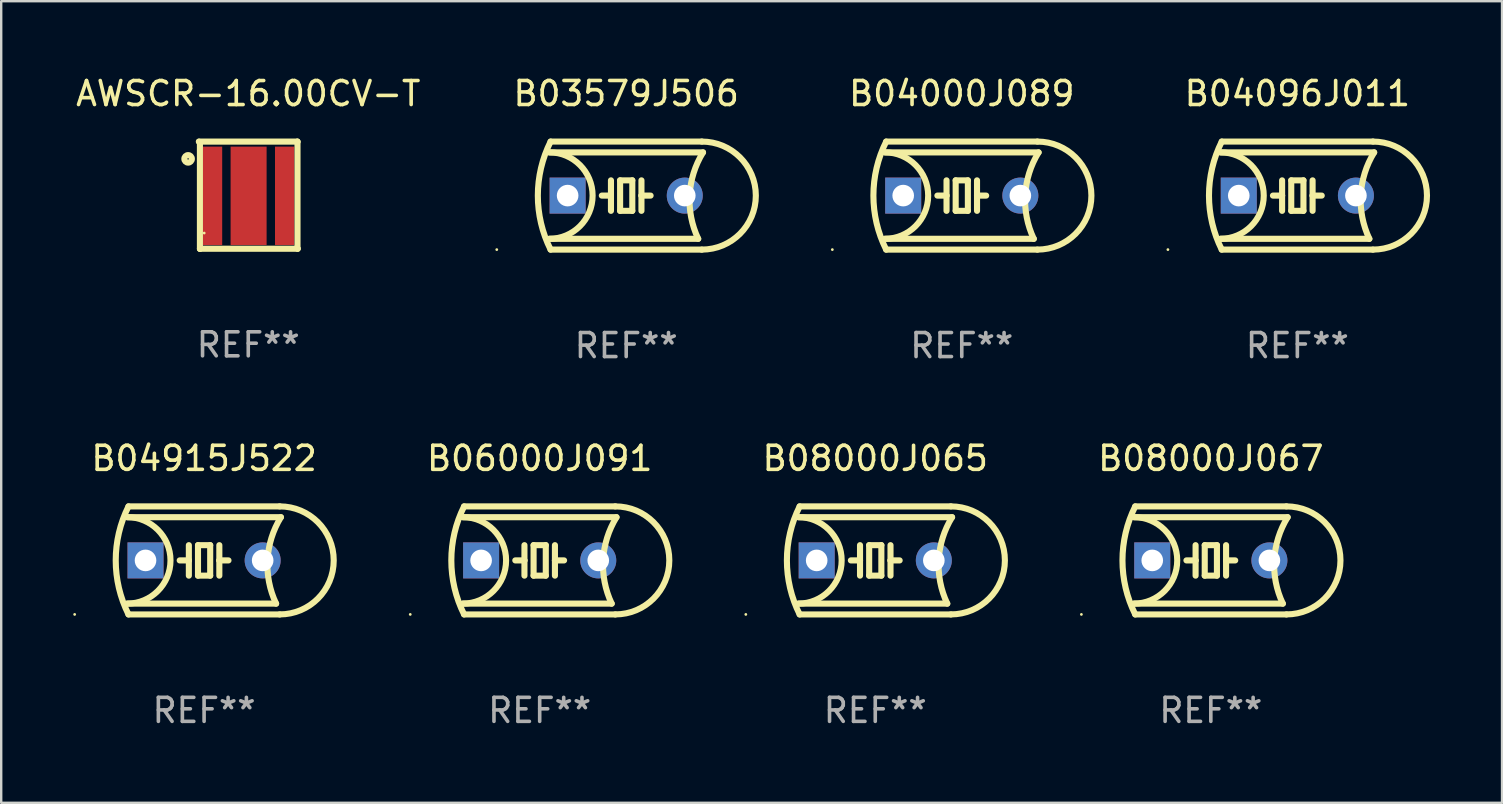
<source format=kicad_pcb>
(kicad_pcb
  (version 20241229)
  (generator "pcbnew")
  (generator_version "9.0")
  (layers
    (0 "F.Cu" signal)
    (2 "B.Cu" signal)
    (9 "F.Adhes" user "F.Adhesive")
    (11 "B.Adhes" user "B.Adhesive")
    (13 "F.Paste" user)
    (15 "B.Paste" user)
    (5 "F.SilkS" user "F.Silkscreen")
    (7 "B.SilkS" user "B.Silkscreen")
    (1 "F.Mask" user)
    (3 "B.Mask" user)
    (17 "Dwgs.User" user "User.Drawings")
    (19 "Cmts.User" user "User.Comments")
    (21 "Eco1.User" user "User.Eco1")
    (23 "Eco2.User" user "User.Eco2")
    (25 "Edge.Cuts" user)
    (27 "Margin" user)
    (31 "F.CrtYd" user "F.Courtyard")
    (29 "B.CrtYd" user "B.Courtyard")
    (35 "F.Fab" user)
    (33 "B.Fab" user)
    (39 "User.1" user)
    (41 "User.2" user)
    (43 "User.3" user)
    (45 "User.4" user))
  (footprint "B03579J506"
    (layer "F.Cu")
    (at 23.036 5.098)
    (property "Reference" "B03579J506" (at 0 -4.25 0) (layer "F.SilkS") (effects (font (size 1 1) (thickness 0.15))))
    (attr through_hole)
    (fp_line (start -3.2 -1.8) (end 3.2 -1.8) (stroke (width 0.254) (type solid)) (layer "F.SilkS"))
    (fp_line (start -3.15 2.25) (end 3.15 2.25) (stroke (width 0.254) (type solid)) (layer "F.SilkS"))
    (fp_line (start -0.635 -0.635) (end -0.635 0) (stroke (width 0.254) (type solid)) (layer "F.SilkS"))
    (fp_line (start -0.635 0) (end -1.016 0) (stroke (width 0.254) (type solid)) (layer "F.SilkS"))
    (fp_line (start -0.635 0) (end -0.635 0.635) (stroke (width 0.254) (type solid)) (layer "F.SilkS"))
    (fp_line (start -0.254 -0.635) (end -0.254 0.635) (stroke (width 0.254) (type solid)) (layer "F.SilkS"))
    (fp_line (start -0.254 0.635) (end 0.254 0.635) (stroke (width 0.254) (type solid)) (layer "F.SilkS"))
    (fp_line (start 0.254 -0.635) (end -0.254 -0.635) (stroke (width 0.254) (type solid)) (layer "F.SilkS"))
    (fp_line (start 0.254 0.635) (end 0.254 -0.635) (stroke (width 0.254) (type solid)) (layer "F.SilkS"))
    (fp_line (start 0.635 -0.635) (end 0.635 0) (stroke (width 0.254) (type solid)) (layer "F.SilkS"))
    (fp_line (start 0.635 0) (end 0.635 0.635) (stroke (width 0.254) (type solid)) (layer "F.SilkS"))
    (fp_line (start 0.635 0) (end 1.016 0) (stroke (width 0.254) (type solid)) (layer "F.SilkS"))
    (fp_line (start 3 1.8) (end -3.2 1.8) (stroke (width 0.254) (type solid)) (layer "F.SilkS"))
    (fp_line (start 3.15 -2.25) (end -3.15 -2.25) (stroke (width 0.254) (type solid)) (layer "F.SilkS"))
    (fp_arc (start -3.200406 -1.800864) (mid -1.399974 -0.000635) (end -3.2 1.8) (stroke (width 0.254001) (type solid)) (layer "F.SilkS"))
    (fp_arc (start -3.149606 2.250444) (mid -3.680941 0.000261) (end -3.149987 -2.250013) (stroke (width 0.254001) (type solid)) (layer "F.SilkS"))
    (fp_arc (start 2.999746 1.800863) (mid 2.642982 -0.024977) (end 3.2 -1.8) (stroke (width 0.254001) (type solid)) (layer "F.SilkS"))
    (fp_arc (start 3.149607 -2.250445) (mid 5.399848 -0.000406) (end 3.149987 2.250013) (stroke (width 0.254001) (type solid)) (layer "F.SilkS"))
    (fp_circle (center -5.392 2.25) (end -5.362 2.25) (stroke (width 0.06) (type solid)) (fill no) (layer "F.SilkS"))
    (fp_text user "REF**" (at 0 6.25 0) (layer "F.Fab") (effects (font (size 1 1) (thickness 0.15))))
    (pad "1" thru_hole rect (at -2.44 0) (size 1.5 1.5) (drill 0.9) (layers "*.Cu" "*.Mask"))
    (pad "2" thru_hole circle (at 2.44 0) (size 1.5 1.5) (drill 0.9) (layers "*.Cu" "*.Mask")))
  (footprint "B08000J065"
    (layer "F.Cu")
    (at 33.411 20.295)
    (property "Reference" "B08000J065" (at 0 -4.25 0) (layer "F.SilkS") (effects (font (size 1 1) (thickness 0.15))))
    (attr through_hole)
    (fp_line (start -3.2 -1.8) (end 3.2 -1.8) (stroke (width 0.254) (type solid)) (layer "F.SilkS"))
    (fp_line (start -3.15 2.25) (end 3.15 2.25) (stroke (width 0.254) (type solid)) (layer "F.SilkS"))
    (fp_line (start -0.635 -0.635) (end -0.635 0) (stroke (width 0.254) (type solid)) (layer "F.SilkS"))
    (fp_line (start -0.635 0) (end -1.016 0) (stroke (width 0.254) (type solid)) (layer "F.SilkS"))
    (fp_line (start -0.635 0) (end -0.635 0.635) (stroke (width 0.254) (type solid)) (layer "F.SilkS"))
    (fp_line (start -0.254 -0.635) (end -0.254 0.635) (stroke (width 0.254) (type solid)) (layer "F.SilkS"))
    (fp_line (start -0.254 0.635) (end 0.254 0.635) (stroke (width 0.254) (type solid)) (layer "F.SilkS"))
    (fp_line (start 0.254 -0.635) (end -0.254 -0.635) (stroke (width 0.254) (type solid)) (layer "F.SilkS"))
    (fp_line (start 0.254 0.635) (end 0.254 -0.635) (stroke (width 0.254) (type solid)) (layer "F.SilkS"))
    (fp_line (start 0.635 -0.635) (end 0.635 0) (stroke (width 0.254) (type solid)) (layer "F.SilkS"))
    (fp_line (start 0.635 0) (end 0.635 0.635) (stroke (width 0.254) (type solid)) (layer "F.SilkS"))
    (fp_line (start 0.635 0) (end 1.016 0) (stroke (width 0.254) (type solid)) (layer "F.SilkS"))
    (fp_line (start 3 1.8) (end -3.2 1.8) (stroke (width 0.254) (type solid)) (layer "F.SilkS"))
    (fp_line (start 3.15 -2.25) (end -3.15 -2.25) (stroke (width 0.254) (type solid)) (layer "F.SilkS"))
    (fp_arc (start -3.200406 -1.800864) (mid -1.399974 -0.000635) (end -3.2 1.8) (stroke (width 0.254001) (type solid)) (layer "F.SilkS"))
    (fp_arc (start -3.149606 2.250444) (mid -3.680941 0.000261) (end -3.149987 -2.250013) (stroke (width 0.254001) (type solid)) (layer "F.SilkS"))
    (fp_arc (start 2.999746 1.800863) (mid 2.642982 -0.024977) (end 3.2 -1.8) (stroke (width 0.254001) (type solid)) (layer "F.SilkS"))
    (fp_arc (start 3.149607 -2.250445) (mid 5.399848 -0.000406) (end 3.149987 2.250013) (stroke (width 0.254001) (type solid)) (layer "F.SilkS"))
    (fp_circle (center -5.392 2.25) (end -5.362 2.25) (stroke (width 0.06) (type solid)) (fill no) (layer "F.SilkS"))
    (fp_text user "REF**" (at 0 6.25 0) (layer "F.Fab") (effects (font (size 1 1) (thickness 0.15))))
    (pad "1" thru_hole rect (at -2.44 0) (size 1.5 1.5) (drill 0.9) (layers "*.Cu" "*.Mask"))
    (pad "2" thru_hole circle (at 2.44 0) (size 1.5 1.5) (drill 0.9) (layers "*.Cu" "*.Mask")))
  (footprint "AWSCR-16.00CV-T"
    (layer "F.Cu")
    (at 7.292 5.083)
    (property "Reference" "AWSCR-16.00CV-T" (at 0 -4.234 0) (layer "F.SilkS") (effects (font (size 1 1) (thickness 0.15))))
    (attr through_hole)
    (fp_line (start -2.046 -2.234) (end 2.046 -2.234) (stroke (width 0.254) (type solid)) (layer "F.SilkS"))
    (fp_line (start -2.014 -2.19) (end -2.059 -2.234) (stroke (width 0.254) (type solid)) (layer "F.SilkS"))
    (fp_line (start -2.014 2.234) (end -2.014 -2.19) (stroke (width 0.254) (type solid)) (layer "F.SilkS"))
    (fp_line (start -2.008 2.229) (end -2.014 2.234) (stroke (width 0.254) (type solid)) (layer "F.SilkS"))
    (fp_line (start 2.046 -2.234) (end 2.051 -2.229) (stroke (width 0.254) (type solid)) (layer "F.SilkS"))
    (fp_line (start 2.051 -2.229) (end 2.051 2.221) (stroke (width 0.254) (type solid)) (layer "F.SilkS"))
    (fp_line (start 2.051 2.221) (end 2.059 2.229) (stroke (width 0.254) (type solid)) (layer "F.SilkS"))
    (fp_line (start 2.059 2.229) (end -2.008 2.229) (stroke (width 0.254) (type solid)) (layer "F.SilkS"))
    (fp_circle (center -2.506 -1.515) (end -2.35 -1.515) (stroke (width 0.254) (type solid)) (fill no) (layer "F.SilkS"))
    (fp_circle (center -1.836 1.575) (end -1.806 1.575) (stroke (width 0.06) (type solid)) (fill no) (layer "F.SilkS"))
    (fp_text user "REF**" (at 0 6.234 0) (layer "F.Fab") (effects (font (size 1 1) (thickness 0.15))))
    (pad "1" smd rect (at -1.486 0.025 180) (size 0.8 4.1) (layers "F.Cu" "F.Mask" "F.Paste"))
    (pad "2" smd rect (at 0.014 0.025 180) (size 1.5 4.1) (layers "F.Cu" "F.Mask" "F.Paste"))
    (pad "3" smd rect (at 1.514 0.025 180) (size 0.8 4.1) (layers "F.Cu" "F.Mask" "F.Paste")))
  (footprint "B04096J011"
    (layer "F.Cu")
    (at 50.994 5.098)
    (property "Reference" "B04096J011" (at 0 -4.25 0) (layer "F.SilkS") (effects (font (size 1 1) (thickness 0.15))))
    (attr through_hole)
    (fp_line (start -3.2 -1.8) (end 3.2 -1.8) (stroke (width 0.254) (type solid)) (layer "F.SilkS"))
    (fp_line (start -3.15 2.25) (end 3.15 2.25) (stroke (width 0.254) (type solid)) (layer "F.SilkS"))
    (fp_line (start -0.635 -0.635) (end -0.635 0) (stroke (width 0.254) (type solid)) (layer "F.SilkS"))
    (fp_line (start -0.635 0) (end -1.016 0) (stroke (width 0.254) (type solid)) (layer "F.SilkS"))
    (fp_line (start -0.635 0) (end -0.635 0.635) (stroke (width 0.254) (type solid)) (layer "F.SilkS"))
    (fp_line (start -0.254 -0.635) (end -0.254 0.635) (stroke (width 0.254) (type solid)) (layer "F.SilkS"))
    (fp_line (start -0.254 0.635) (end 0.254 0.635) (stroke (width 0.254) (type solid)) (layer "F.SilkS"))
    (fp_line (start 0.254 -0.635) (end -0.254 -0.635) (stroke (width 0.254) (type solid)) (layer "F.SilkS"))
    (fp_line (start 0.254 0.635) (end 0.254 -0.635) (stroke (width 0.254) (type solid)) (layer "F.SilkS"))
    (fp_line (start 0.635 -0.635) (end 0.635 0) (stroke (width 0.254) (type solid)) (layer "F.SilkS"))
    (fp_line (start 0.635 0) (end 0.635 0.635) (stroke (width 0.254) (type solid)) (layer "F.SilkS"))
    (fp_line (start 0.635 0) (end 1.016 0) (stroke (width 0.254) (type solid)) (layer "F.SilkS"))
    (fp_line (start 3 1.8) (end -3.2 1.8) (stroke (width 0.254) (type solid)) (layer "F.SilkS"))
    (fp_line (start 3.15 -2.25) (end -3.15 -2.25) (stroke (width 0.254) (type solid)) (layer "F.SilkS"))
    (fp_arc (start -3.200406 -1.800864) (mid -1.399974 -0.000635) (end -3.2 1.8) (stroke (width 0.254001) (type solid)) (layer "F.SilkS"))
    (fp_arc (start -3.149606 2.250444) (mid -3.680941 0.000261) (end -3.149987 -2.250013) (stroke (width 0.254001) (type solid)) (layer "F.SilkS"))
    (fp_arc (start 2.999746 1.800863) (mid 2.642982 -0.024977) (end 3.2 -1.8) (stroke (width 0.254001) (type solid)) (layer "F.SilkS"))
    (fp_arc (start 3.149607 -2.250445) (mid 5.399848 -0.000406) (end 3.149987 2.250013) (stroke (width 0.254001) (type solid)) (layer "F.SilkS"))
    (fp_circle (center -5.392 2.25) (end -5.362 2.25) (stroke (width 0.06) (type solid)) (fill no) (layer "F.SilkS"))
    (fp_text user "REF**" (at 0 6.25 0) (layer "F.Fab") (effects (font (size 1 1) (thickness 0.15))))
    (pad "1" thru_hole rect (at -2.44 0) (size 1.5 1.5) (drill 0.9) (layers "*.Cu" "*.Mask"))
    (pad "2" thru_hole circle (at 2.44 0) (size 1.5 1.5) (drill 0.9) (layers "*.Cu" "*.Mask")))
  (footprint "B06000J091"
    (layer "F.Cu")
    (at 19.432 20.295)
    (property "Reference" "B06000J091" (at 0 -4.25 0) (layer "F.SilkS") (effects (font (size 1 1) (thickness 0.15))))
    (attr through_hole)
    (fp_line (start -3.2 -1.8) (end 3.2 -1.8) (stroke (width 0.254) (type solid)) (layer "F.SilkS"))
    (fp_line (start -3.15 2.25) (end 3.15 2.25) (stroke (width 0.254) (type solid)) (layer "F.SilkS"))
    (fp_line (start -0.635 -0.635) (end -0.635 0) (stroke (width 0.254) (type solid)) (layer "F.SilkS"))
    (fp_line (start -0.635 0) (end -1.016 0) (stroke (width 0.254) (type solid)) (layer "F.SilkS"))
    (fp_line (start -0.635 0) (end -0.635 0.635) (stroke (width 0.254) (type solid)) (layer "F.SilkS"))
    (fp_line (start -0.254 -0.635) (end -0.254 0.635) (stroke (width 0.254) (type solid)) (layer "F.SilkS"))
    (fp_line (start -0.254 0.635) (end 0.254 0.635) (stroke (width 0.254) (type solid)) (layer "F.SilkS"))
    (fp_line (start 0.254 -0.635) (end -0.254 -0.635) (stroke (width 0.254) (type solid)) (layer "F.SilkS"))
    (fp_line (start 0.254 0.635) (end 0.254 -0.635) (stroke (width 0.254) (type solid)) (layer "F.SilkS"))
    (fp_line (start 0.635 -0.635) (end 0.635 0) (stroke (width 0.254) (type solid)) (layer "F.SilkS"))
    (fp_line (start 0.635 0) (end 0.635 0.635) (stroke (width 0.254) (type solid)) (layer "F.SilkS"))
    (fp_line (start 0.635 0) (end 1.016 0) (stroke (width 0.254) (type solid)) (layer "F.SilkS"))
    (fp_line (start 3 1.8) (end -3.2 1.8) (stroke (width 0.254) (type solid)) (layer "F.SilkS"))
    (fp_line (start 3.15 -2.25) (end -3.15 -2.25) (stroke (width 0.254) (type solid)) (layer "F.SilkS"))
    (fp_arc (start -3.200406 -1.800864) (mid -1.399974 -0.000635) (end -3.2 1.8) (stroke (width 0.254001) (type solid)) (layer "F.SilkS"))
    (fp_arc (start -3.149606 2.250444) (mid -3.680941 0.000261) (end -3.149987 -2.250013) (stroke (width 0.254001) (type solid)) (layer "F.SilkS"))
    (fp_arc (start 2.999746 1.800863) (mid 2.642982 -0.024977) (end 3.2 -1.8) (stroke (width 0.254001) (type solid)) (layer "F.SilkS"))
    (fp_arc (start 3.149607 -2.250445) (mid 5.399848 -0.000406) (end 3.149987 2.250013) (stroke (width 0.254001) (type solid)) (layer "F.SilkS"))
    (fp_circle (center -5.392 2.25) (end -5.362 2.25) (stroke (width 0.06) (type solid)) (fill no) (layer "F.SilkS"))
    (fp_text user "REF**" (at 0 6.25 0) (layer "F.Fab") (effects (font (size 1 1) (thickness 0.15))))
    (pad "1" thru_hole rect (at -2.44 0) (size 1.5 1.5) (drill 0.9) (layers "*.Cu" "*.Mask"))
    (pad "2" thru_hole circle (at 2.44 0) (size 1.5 1.5) (drill 0.9) (layers "*.Cu" "*.Mask")))
  (footprint "B08000J067"
    (layer "F.Cu")
    (at 47.39 20.295)
    (property "Reference" "B08000J067" (at 0 -4.25 0) (layer "F.SilkS") (effects (font (size 1 1) (thickness 0.15))))
    (attr through_hole)
    (fp_line (start -3.2 -1.8) (end 3.2 -1.8) (stroke (width 0.254) (type solid)) (layer "F.SilkS"))
    (fp_line (start -3.15 2.25) (end 3.15 2.25) (stroke (width 0.254) (type solid)) (layer "F.SilkS"))
    (fp_line (start -0.635 -0.635) (end -0.635 0) (stroke (width 0.254) (type solid)) (layer "F.SilkS"))
    (fp_line (start -0.635 0) (end -1.016 0) (stroke (width 0.254) (type solid)) (layer "F.SilkS"))
    (fp_line (start -0.635 0) (end -0.635 0.635) (stroke (width 0.254) (type solid)) (layer "F.SilkS"))
    (fp_line (start -0.254 -0.635) (end -0.254 0.635) (stroke (width 0.254) (type solid)) (layer "F.SilkS"))
    (fp_line (start -0.254 0.635) (end 0.254 0.635) (stroke (width 0.254) (type solid)) (layer "F.SilkS"))
    (fp_line (start 0.254 -0.635) (end -0.254 -0.635) (stroke (width 0.254) (type solid)) (layer "F.SilkS"))
    (fp_line (start 0.254 0.635) (end 0.254 -0.635) (stroke (width 0.254) (type solid)) (layer "F.SilkS"))
    (fp_line (start 0.635 -0.635) (end 0.635 0) (stroke (width 0.254) (type solid)) (layer "F.SilkS"))
    (fp_line (start 0.635 0) (end 0.635 0.635) (stroke (width 0.254) (type solid)) (layer "F.SilkS"))
    (fp_line (start 0.635 0) (end 1.016 0) (stroke (width 0.254) (type solid)) (layer "F.SilkS"))
    (fp_line (start 3 1.8) (end -3.2 1.8) (stroke (width 0.254) (type solid)) (layer "F.SilkS"))
    (fp_line (start 3.15 -2.25) (end -3.15 -2.25) (stroke (width 0.254) (type solid)) (layer "F.SilkS"))
    (fp_arc (start -3.200406 -1.800864) (mid -1.399974 -0.000635) (end -3.2 1.8) (stroke (width 0.254001) (type solid)) (layer "F.SilkS"))
    (fp_arc (start -3.149606 2.250444) (mid -3.680941 0.000261) (end -3.149987 -2.250013) (stroke (width 0.254001) (type solid)) (layer "F.SilkS"))
    (fp_arc (start 2.999746 1.800863) (mid 2.642982 -0.024977) (end 3.2 -1.8) (stroke (width 0.254001) (type solid)) (layer "F.SilkS"))
    (fp_arc (start 3.149607 -2.250445) (mid 5.399848 -0.000406) (end 3.149987 2.250013) (stroke (width 0.254001) (type solid)) (layer "F.SilkS"))
    (fp_circle (center -5.392 2.25) (end -5.362 2.25) (stroke (width 0.06) (type solid)) (fill no) (layer "F.SilkS"))
    (fp_text user "REF**" (at 0 6.25 0) (layer "F.Fab") (effects (font (size 1 1) (thickness 0.15))))
    (pad "1" thru_hole rect (at -2.44 0) (size 1.5 1.5) (drill 0.9) (layers "*.Cu" "*.Mask"))
    (pad "2" thru_hole circle (at 2.44 0) (size 1.5 1.5) (drill 0.9) (layers "*.Cu" "*.Mask")))
  (footprint "B04915J522"
    (layer "F.Cu")
    (at 5.452 20.295)
    (property "Reference" "B04915J522" (at 0 -4.25 0) (layer "F.SilkS") (effects (font (size 1 1) (thickness 0.15))))
    (attr through_hole)
    (fp_line (start -3.2 -1.8) (end 3.2 -1.8) (stroke (width 0.254) (type solid)) (layer "F.SilkS"))
    (fp_line (start -3.15 2.25) (end 3.15 2.25) (stroke (width 0.254) (type solid)) (layer "F.SilkS"))
    (fp_line (start -0.635 -0.635) (end -0.635 0) (stroke (width 0.254) (type solid)) (layer "F.SilkS"))
    (fp_line (start -0.635 0) (end -1.016 0) (stroke (width 0.254) (type solid)) (layer "F.SilkS"))
    (fp_line (start -0.635 0) (end -0.635 0.635) (stroke (width 0.254) (type solid)) (layer "F.SilkS"))
    (fp_line (start -0.254 -0.635) (end -0.254 0.635) (stroke (width 0.254) (type solid)) (layer "F.SilkS"))
    (fp_line (start -0.254 0.635) (end 0.254 0.635) (stroke (width 0.254) (type solid)) (layer "F.SilkS"))
    (fp_line (start 0.254 -0.635) (end -0.254 -0.635) (stroke (width 0.254) (type solid)) (layer "F.SilkS"))
    (fp_line (start 0.254 0.635) (end 0.254 -0.635) (stroke (width 0.254) (type solid)) (layer "F.SilkS"))
    (fp_line (start 0.635 -0.635) (end 0.635 0) (stroke (width 0.254) (type solid)) (layer "F.SilkS"))
    (fp_line (start 0.635 0) (end 0.635 0.635) (stroke (width 0.254) (type solid)) (layer "F.SilkS"))
    (fp_line (start 0.635 0) (end 1.016 0) (stroke (width 0.254) (type solid)) (layer "F.SilkS"))
    (fp_line (start 3 1.8) (end -3.2 1.8) (stroke (width 0.254) (type solid)) (layer "F.SilkS"))
    (fp_line (start 3.15 -2.25) (end -3.15 -2.25) (stroke (width 0.254) (type solid)) (layer "F.SilkS"))
    (fp_arc (start -3.200406 -1.800864) (mid -1.399974 -0.000635) (end -3.2 1.8) (stroke (width 0.254001) (type solid)) (layer "F.SilkS"))
    (fp_arc (start -3.149606 2.250444) (mid -3.680941 0.000261) (end -3.149987 -2.250013) (stroke (width 0.254001) (type solid)) (layer "F.SilkS"))
    (fp_arc (start 2.999746 1.800863) (mid 2.642982 -0.024977) (end 3.2 -1.8) (stroke (width 0.254001) (type solid)) (layer "F.SilkS"))
    (fp_arc (start 3.149607 -2.250445) (mid 5.399848 -0.000406) (end 3.149987 2.250013) (stroke (width 0.254001) (type solid)) (layer "F.SilkS"))
    (fp_circle (center -5.392 2.25) (end -5.362 2.25) (stroke (width 0.06) (type solid)) (fill no) (layer "F.SilkS"))
    (fp_text user "REF**" (at 0 6.25 0) (layer "F.Fab") (effects (font (size 1 1) (thickness 0.15))))
    (pad "1" thru_hole rect (at -2.44 0) (size 1.5 1.5) (drill 0.9) (layers "*.Cu" "*.Mask"))
    (pad "2" thru_hole circle (at 2.44 0) (size 1.5 1.5) (drill 0.9) (layers "*.Cu" "*.Mask")))
  (footprint "B04000J089"
    (layer "F.Cu")
    (at 37.015 5.098)
    (property "Reference" "B04000J089" (at 0 -4.25 0) (layer "F.SilkS") (effects (font (size 1 1) (thickness 0.15))))
    (attr through_hole)
    (fp_line (start -3.2 -1.8) (end 3.2 -1.8) (stroke (width 0.254) (type solid)) (layer "F.SilkS"))
    (fp_line (start -3.15 2.25) (end 3.15 2.25) (stroke (width 0.254) (type solid)) (layer "F.SilkS"))
    (fp_line (start -0.635 -0.635) (end -0.635 0) (stroke (width 0.254) (type solid)) (layer "F.SilkS"))
    (fp_line (start -0.635 0) (end -1.016 0) (stroke (width 0.254) (type solid)) (layer "F.SilkS"))
    (fp_line (start -0.635 0) (end -0.635 0.635) (stroke (width 0.254) (type solid)) (layer "F.SilkS"))
    (fp_line (start -0.254 -0.635) (end -0.254 0.635) (stroke (width 0.254) (type solid)) (layer "F.SilkS"))
    (fp_line (start -0.254 0.635) (end 0.254 0.635) (stroke (width 0.254) (type solid)) (layer "F.SilkS"))
    (fp_line (start 0.254 -0.635) (end -0.254 -0.635) (stroke (width 0.254) (type solid)) (layer "F.SilkS"))
    (fp_line (start 0.254 0.635) (end 0.254 -0.635) (stroke (width 0.254) (type solid)) (layer "F.SilkS"))
    (fp_line (start 0.635 -0.635) (end 0.635 0) (stroke (width 0.254) (type solid)) (layer "F.SilkS"))
    (fp_line (start 0.635 0) (end 0.635 0.635) (stroke (width 0.254) (type solid)) (layer "F.SilkS"))
    (fp_line (start 0.635 0) (end 1.016 0) (stroke (width 0.254) (type solid)) (layer "F.SilkS"))
    (fp_line (start 3 1.8) (end -3.2 1.8) (stroke (width 0.254) (type solid)) (layer "F.SilkS"))
    (fp_line (start 3.15 -2.25) (end -3.15 -2.25) (stroke (width 0.254) (type solid)) (layer "F.SilkS"))
    (fp_arc (start -3.200406 -1.800864) (mid -1.399974 -0.000635) (end -3.2 1.8) (stroke (width 0.254001) (type solid)) (layer "F.SilkS"))
    (fp_arc (start -3.149606 2.250444) (mid -3.680941 0.000261) (end -3.149987 -2.250013) (stroke (width 0.254001) (type solid)) (layer "F.SilkS"))
    (fp_arc (start 2.999746 1.800863) (mid 2.642982 -0.024977) (end 3.2 -1.8) (stroke (width 0.254001) (type solid)) (layer "F.SilkS"))
    (fp_arc (start 3.149607 -2.250445) (mid 5.399848 -0.000406) (end 3.149987 2.250013) (stroke (width 0.254001) (type solid)) (layer "F.SilkS"))
    (fp_circle (center -5.392 2.25) (end -5.362 2.25) (stroke (width 0.06) (type solid)) (fill no) (layer "F.SilkS"))
    (fp_text user "REF**" (at 0 6.25 0) (layer "F.Fab") (effects (font (size 1 1) (thickness 0.15))))
    (pad "1" thru_hole rect (at -2.44 0) (size 1.5 1.5) (drill 0.9) (layers "*.Cu" "*.Mask"))
    (pad "2" thru_hole circle (at 2.44 0) (size 1.5 1.5) (drill 0.9) (layers "*.Cu" "*.Mask")))
  (gr_rect
    (start -3 -3)
    (end 59.521 30.393)
    (stroke (width 0.1) (type default))
    (fill no)
    (layer "Edge.Cuts")))
</source>
